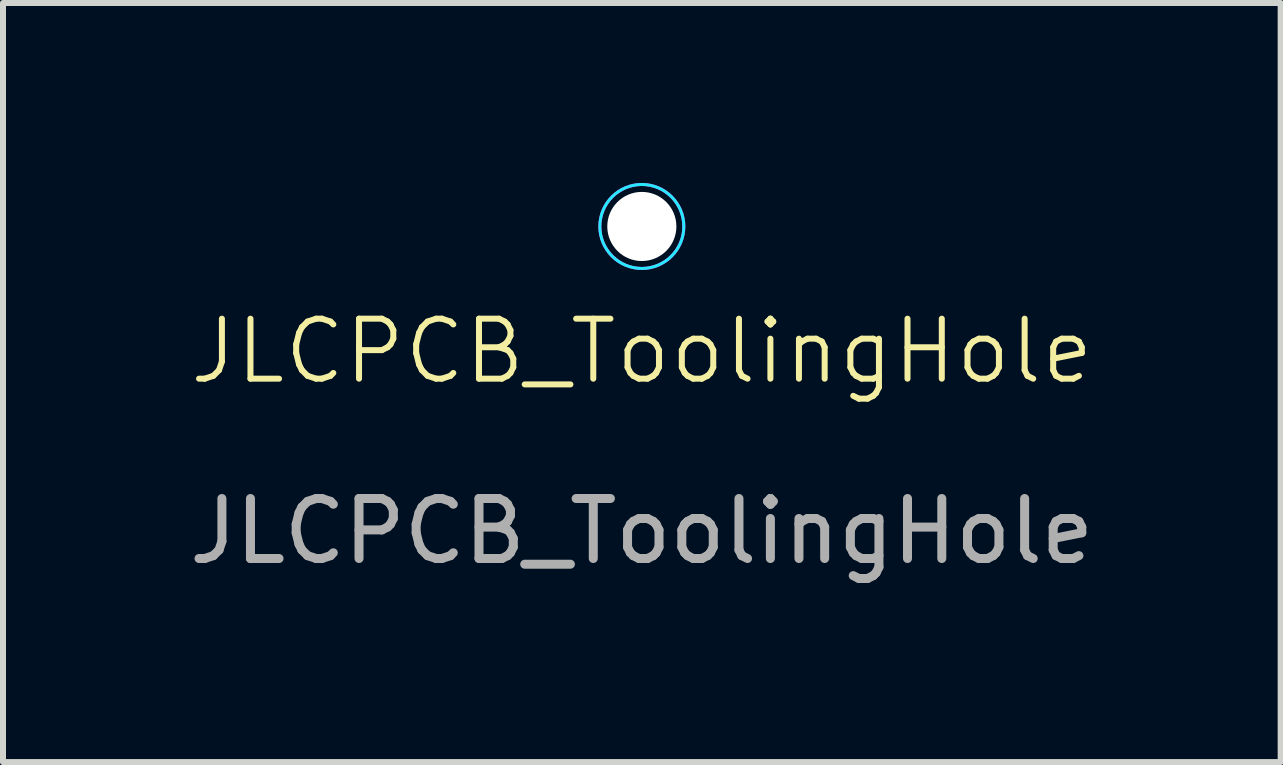
<source format=kicad_pcb>
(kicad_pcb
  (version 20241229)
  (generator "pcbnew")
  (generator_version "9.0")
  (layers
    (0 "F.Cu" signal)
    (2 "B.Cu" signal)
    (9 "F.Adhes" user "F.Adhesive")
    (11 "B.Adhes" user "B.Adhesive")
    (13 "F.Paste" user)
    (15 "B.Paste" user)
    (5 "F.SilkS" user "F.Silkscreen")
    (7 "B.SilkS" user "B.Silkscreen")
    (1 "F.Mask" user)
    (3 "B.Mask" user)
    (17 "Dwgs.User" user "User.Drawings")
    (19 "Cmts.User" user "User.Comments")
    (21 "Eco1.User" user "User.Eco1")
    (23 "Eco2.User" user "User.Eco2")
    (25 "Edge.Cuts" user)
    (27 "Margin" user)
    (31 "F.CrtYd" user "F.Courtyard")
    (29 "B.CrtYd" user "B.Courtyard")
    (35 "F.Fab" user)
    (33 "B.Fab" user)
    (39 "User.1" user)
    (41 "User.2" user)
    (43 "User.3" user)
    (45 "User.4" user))
  (footprint "JLCPCB_ToolingHole"
    (layer "F.Cu")
    (at 7.649 0.725)
    (property "Reference" "JLCPCB_ToolingHole" (at 0 2.08 0) (unlocked yes) (layer "F.SilkS") (effects (font (size 1 1) (thickness 0.1))))
    (attr exclude_from_pos_files exclude_from_bom)
    (fp_circle (center 0 0) (end -0.7 0) (stroke (width 0.05) (type default)) (fill no) (layer "B.CrtYd"))
    (fp_circle (center 0 0) (end 0.7 0) (stroke (width 0.05) (type default)) (fill no) (layer "F.CrtYd"))
    (fp_text user "${REFERENCE}" (at 0 5.08 0) (unlocked yes) (layer "F.Fab") (effects (font (size 1 1) (thickness 0.15))))
    (pad "" np_thru_hole circle (at 0 0) (size 1.152 1.152) (drill 1.152) (layers "*.Cu" "*.Mask")))
  (gr_rect
    (start -3 -3)
    (end 18.298 9.653)
    (stroke (width 0.1) (type default))
    (fill no)
    (layer "Edge.Cuts")))
</source>
